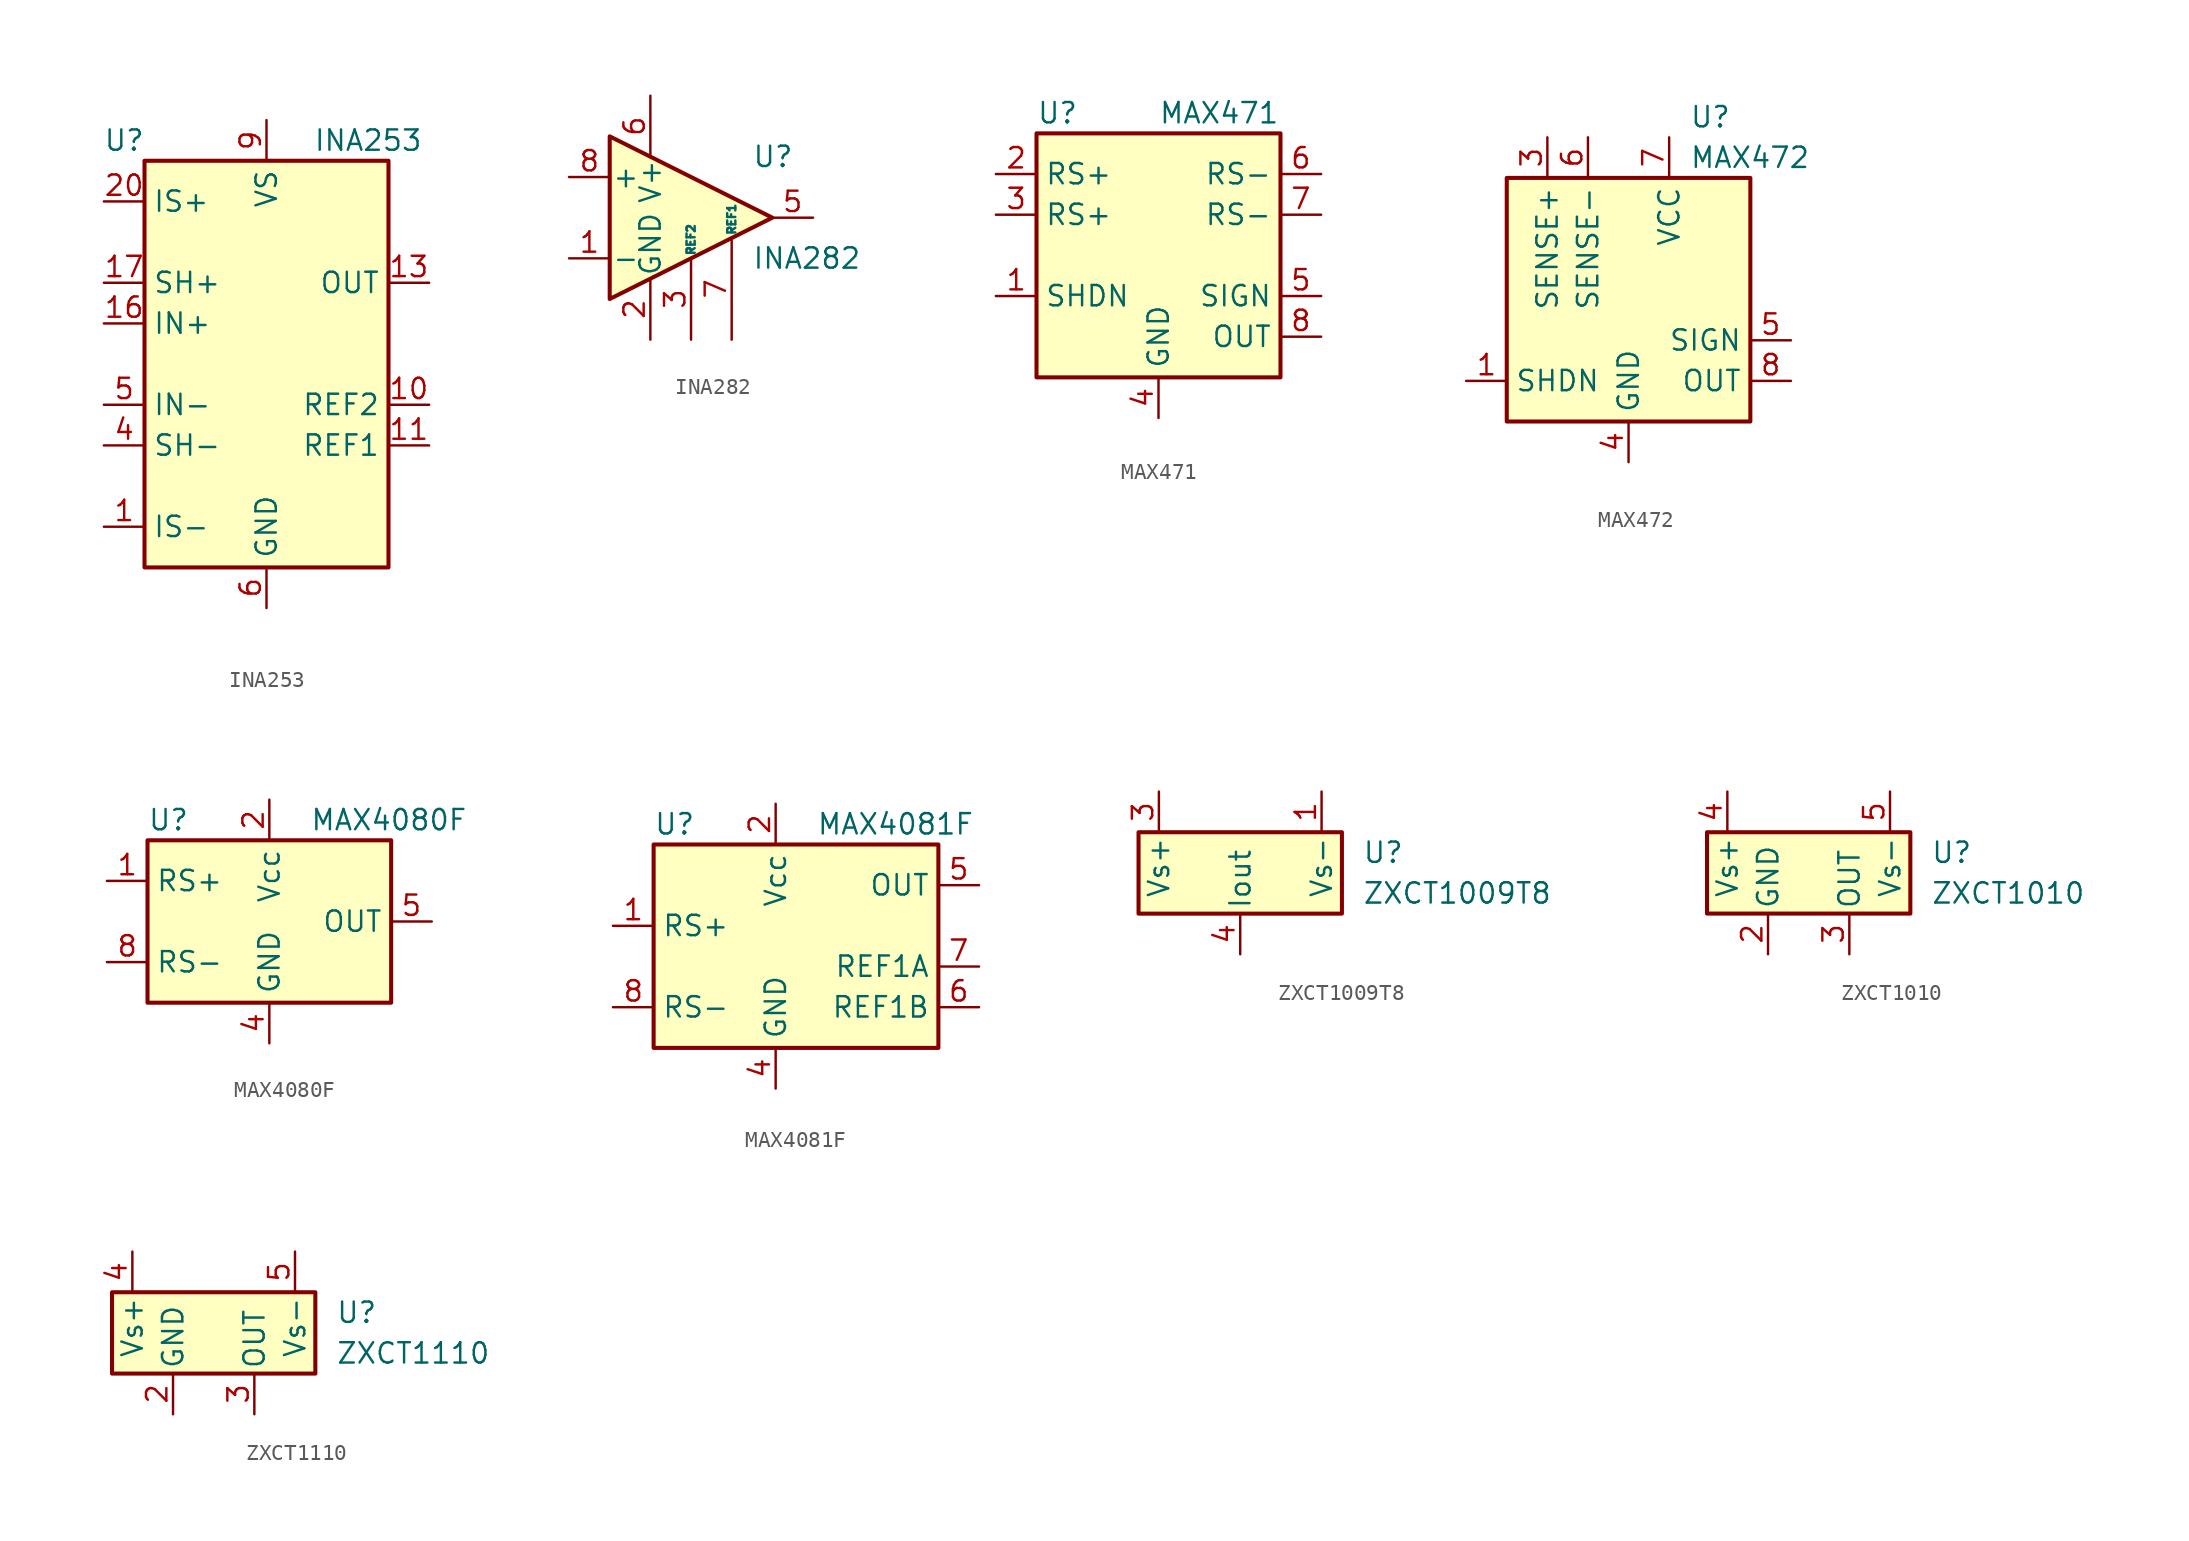
<source format=kicad_sym>
(kicad_symbol_lib
  (version 20200908)
  (generator kicad_symbol_editor)
  (symbol "Amplifier_Current:INA253"
    (property "Reference" "U"
      (at -8.89 13.97 0)
      (effects (font (size 1.27 1.27))))
    (property "Value" "INA253"
      (at 6.35 13.97 0)
      (effects (font (size 1.27 1.27))))
    (symbol "INA253_0_1"
      (rectangle (start -7.62 12.7) (end 7.62 -12.7) (stroke (width 0.254)) (fill (type background))))
    (symbol "INA253_1_1"
      (pin passive line (at -10.16 -10.16 0) (length 2.54) (name "IS-" (effects (font (size 1.27 1.27)))) (number "1" (effects (font (size 1.27 1.27)))))
      (pin passive line (at 10.16 -2.54 180) (length 2.54) (name "REF2" (effects (font (size 1.27 1.27)))) (number "10" (effects (font (size 1.27 1.27)))))
      (pin passive line (at 10.16 -5.08 180) (length 2.54) (name "REF1" (effects (font (size 1.27 1.27)))) (number "11" (effects (font (size 1.27 1.27)))))
      (pin unconnected line (at 7.62 0 180) (length 2.54) hide (name "NC" (effects (font (size 1.27 1.27)))) (number "12" (effects (font (size 1.27 1.27)))))
      (pin output line (at 10.16 5.08 180) (length 2.54) (name "OUT" (effects (font (size 1.27 1.27)))) (number "13" (effects (font (size 1.27 1.27)))))
      (pin unconnected line (at 7.62 10.16 180) (length 2.54) hide (name "DNC2" (effects (font (size 1.27 1.27)))) (number "14" (effects (font (size 1.27 1.27)))))
      (pin passive line (at 0 -15.24 90) (length 2.54) hide (name "GND" (effects (font (size 1.27 1.27)))) (number "15" (effects (font (size 1.27 1.27)))))
      (pin passive line (at -10.16 2.54 0) (length 2.54) (name "IN+" (effects (font (size 1.27 1.27)))) (number "16" (effects (font (size 1.27 1.27)))))
      (pin passive line (at -10.16 5.08 0) (length 2.54) (name "SH+" (effects (font (size 1.27 1.27)))) (number "17" (effects (font (size 1.27 1.27)))))
      (pin passive line (at -10.16 10.16 0) (length 2.54) hide (name "IS+" (effects (font (size 1.27 1.27)))) (number "18" (effects (font (size 1.27 1.27)))))
      (pin passive line (at -10.16 10.16 0) (length 2.54) hide (name "IS+" (effects (font (size 1.27 1.27)))) (number "19" (effects (font (size 1.27 1.27)))))
      (pin passive line (at -10.16 -10.16 0) (length 2.54) hide (name "IS-" (effects (font (size 1.27 1.27)))) (number "2" (effects (font (size 1.27 1.27)))))
      (pin passive line (at -10.16 10.16 0) (length 2.54) (name "IS+" (effects (font (size 1.27 1.27)))) (number "20" (effects (font (size 1.27 1.27)))))
      (pin passive line (at -10.16 -10.16 0) (length 2.54) hide (name "IS-" (effects (font (size 1.27 1.27)))) (number "3" (effects (font (size 1.27 1.27)))))
      (pin passive line (at -10.16 -5.08 0) (length 2.54) (name "SH-" (effects (font (size 1.27 1.27)))) (number "4" (effects (font (size 1.27 1.27)))))
      (pin passive line (at -10.16 -2.54 0) (length 2.54) (name "IN-" (effects (font (size 1.27 1.27)))) (number "5" (effects (font (size 1.27 1.27)))))
      (pin power_in line (at 0 -15.24 90) (length 2.54) (name "GND" (effects (font (size 1.27 1.27)))) (number "6" (effects (font (size 1.27 1.27)))))
      (pin unconnected line (at 7.62 7.62 180) (length 2.54) hide (name "DNC1" (effects (font (size 1.27 1.27)))) (number "7" (effects (font (size 1.27 1.27)))))
      (pin unconnected line (at 7.62 2.54 180) (length 2.54) hide (name "NC" (effects (font (size 1.27 1.27)))) (number "8" (effects (font (size 1.27 1.27)))))
      (pin power_in line (at 0 15.24 270) (length 2.54) (name "VS" (effects (font (size 1.27 1.27)))) (number "9" (effects (font (size 1.27 1.27)))))))
  (symbol "Amplifier_Current:INA282"
    (pin_names
      (offset 0.127))
    (property "Reference" "U"
      (at 3.81 3.81 0)
      (effects (font (size 1.27 1.27)) (justify left)))
    (property "Value" "INA282"
      (at 3.81 -2.54 0)
      (effects (font (size 1.27 1.27)) (justify left)))
    (symbol "INA282_0_1"
      (polyline (pts (xy 5.08 0) (xy -5.08 5.08) (xy -5.08 -5.08) (xy 5.08 0)) (stroke (width 0.254)) (fill (type background))))
    (symbol "INA282_1_1"
      (pin input line (at -7.62 -2.54 0) (length 2.54) (name "-" (effects (font (size 1.27 1.27)))) (number "1" (effects (font (size 1.27 1.27)))))
      (pin power_in line (at -2.54 -7.62 90) (length 3.81) (name "GND" (effects (font (size 1.27 1.27)))) (number "2" (effects (font (size 1.27 1.27)))))
      (pin input line (at 0 -7.62 90) (length 5.08) (name "REF2" (effects (font (size 0.508 0.508)))) (number "3" (effects (font (size 1.27 1.27)))))
      (pin unconnected line (at -5.08 0 0) (length 2.54) hide (name "NC" (effects (font (size 1.27 1.27)))) (number "4" (effects (font (size 1.27 1.27)))))
      (pin input line (at 7.62 0 180) (length 2.54) (name "~" (effects (font (size 1.27 1.27)))) (number "5" (effects (font (size 1.27 1.27)))))
      (pin input line (at -2.54 7.62 270) (length 3.81) (name "V+" (effects (font (size 1.27 1.27)))) (number "6" (effects (font (size 1.27 1.27)))))
      (pin input line (at 2.54 -7.62 90) (length 6.35) (name "REF1" (effects (font (size 0.508 0.508)))) (number "7" (effects (font (size 1.27 1.27)))))
      (pin input line (at -7.62 2.54 0) (length 2.54) (name "+" (effects (font (size 1.27 1.27)))) (number "8" (effects (font (size 1.27 1.27)))))))
  (symbol "Amplifier_Current:MAX471"
    (property "Reference" "U"
      (at -7.62 8.89 0)
      (effects (font (size 1.27 1.27)) (justify left)))
    (property "Value" "MAX471"
      (at 0 8.89 0)
      (effects (font (size 1.27 1.27)) (justify left)))
    (symbol "MAX471_0_1"
      (rectangle (start -7.62 7.62) (end 7.62 -7.62) (stroke (width 0.254)) (fill (type background))))
    (symbol "MAX471_1_1"
      (pin input line (at -10.16 -2.54 0) (length 2.54) (name "SHDN" (effects (font (size 1.27 1.27)))) (number "1" (effects (font (size 1.27 1.27)))))
      (pin input line (at -10.16 5.08 0) (length 2.54) (name "RS+" (effects (font (size 1.27 1.27)))) (number "2" (effects (font (size 1.27 1.27)))))
      (pin input line (at -10.16 2.54 0) (length 2.54) (name "RS+" (effects (font (size 1.27 1.27)))) (number "3" (effects (font (size 1.27 1.27)))))
      (pin power_in line (at 0 -10.16 90) (length 2.54) (name "GND" (effects (font (size 1.27 1.27)))) (number "4" (effects (font (size 1.27 1.27)))))
      (pin open_collector line (at 10.16 -2.54 180) (length 2.54) (name "SIGN" (effects (font (size 1.27 1.27)))) (number "5" (effects (font (size 1.27 1.27)))))
      (pin input line (at 10.16 5.08 180) (length 2.54) (name "RS-" (effects (font (size 1.27 1.27)))) (number "6" (effects (font (size 1.27 1.27)))))
      (pin input line (at 10.16 2.54 180) (length 2.54) (name "RS-" (effects (font (size 1.27 1.27)))) (number "7" (effects (font (size 1.27 1.27)))))
      (pin output line (at 10.16 -5.08 180) (length 2.54) (name "OUT" (effects (font (size 1.27 1.27)))) (number "8" (effects (font (size 1.27 1.27)))))))
  (symbol "Amplifier_Current:MAX472"
    (property "Reference" "U"
      (at 3.81 11.43 0)
      (effects (font (size 1.27 1.27)) (justify left)))
    (property "Value" "MAX472"
      (at 3.81 8.89 0)
      (effects (font (size 1.27 1.27)) (justify left)))
    (symbol "MAX472_0_1"
      (rectangle (start -7.62 7.62) (end 7.62 -7.62) (stroke (width 0.254)) (fill (type background))))
    (symbol "MAX472_1_1"
      (pin input line (at -10.16 -5.08 0) (length 2.54) (name "SHDN" (effects (font (size 1.27 1.27)))) (number "1" (effects (font (size 1.27 1.27)))))
      (pin unconnected line (at 10.16 2.54 180) (length 2.54) hide (name "NC" (effects (font (size 1.27 1.27)))) (number "2" (effects (font (size 1.27 1.27)))))
      (pin input line (at -5.08 10.16 270) (length 2.54) (name "SENSE+" (effects (font (size 1.27 1.27)))) (number "3" (effects (font (size 1.27 1.27)))))
      (pin power_in line (at 0 -10.16 90) (length 2.54) (name "GND" (effects (font (size 1.27 1.27)))) (number "4" (effects (font (size 1.27 1.27)))))
      (pin open_collector line (at 10.16 -2.54 180) (length 2.54) (name "SIGN" (effects (font (size 1.27 1.27)))) (number "5" (effects (font (size 1.27 1.27)))))
      (pin input line (at -2.54 10.16 270) (length 2.54) (name "SENSE-" (effects (font (size 1.27 1.27)))) (number "6" (effects (font (size 1.27 1.27)))))
      (pin power_in line (at 2.54 10.16 270) (length 2.54) (name "VCC" (effects (font (size 1.27 1.27)))) (number "7" (effects (font (size 1.27 1.27)))))
      (pin output line (at 10.16 -5.08 180) (length 2.54) (name "OUT" (effects (font (size 1.27 1.27)))) (number "8" (effects (font (size 1.27 1.27)))))))
  (symbol "Amplifier_Current:MAX4080F"
    (property "Reference" "U"
      (at -7.62 6.35 0)
      (effects (font (size 1.27 1.27)) (justify left)))
    (property "Value" "MAX4080F"
      (at 2.54 6.35 0)
      (effects (font (size 1.27 1.27)) (justify left)))
    (symbol "MAX4080F_0_1"
      (rectangle (start -7.62 5.08) (end 7.62 -5.08) (stroke (width 0.254)) (fill (type background))))
    (symbol "MAX4080F_1_1"
      (pin input line (at -10.16 2.54 0) (length 2.54) (name "RS+" (effects (font (size 1.27 1.27)))) (number "1" (effects (font (size 1.27 1.27)))))
      (pin power_in line (at 0 7.62 270) (length 2.54) (name "Vcc" (effects (font (size 1.27 1.27)))) (number "2" (effects (font (size 1.27 1.27)))))
      (pin unconnected line (at 2.54 -5.08 90) (length 2.54) hide (name "NC" (effects (font (size 1.27 1.27)))) (number "3" (effects (font (size 1.27 1.27)))))
      (pin power_in line (at 0 -7.62 90) (length 2.54) (name "GND" (effects (font (size 1.27 1.27)))) (number "4" (effects (font (size 1.27 1.27)))))
      (pin output line (at 10.16 0 180) (length 2.54) (name "OUT" (effects (font (size 1.27 1.27)))) (number "5" (effects (font (size 1.27 1.27)))))
      (pin unconnected line (at 5.08 -5.08 90) (length 2.54) hide (name "NC" (effects (font (size 1.27 1.27)))) (number "6" (effects (font (size 1.27 1.27)))))
      (pin unconnected line (at 7.62 -5.08 90) (length 2.54) hide (name "NC" (effects (font (size 1.27 1.27)))) (number "7" (effects (font (size 1.27 1.27)))))
      (pin input line (at -10.16 -2.54 0) (length 2.54) (name "RS-" (effects (font (size 1.27 1.27)))) (number "8" (effects (font (size 1.27 1.27)))))))
  (symbol "Amplifier_Current:MAX4081F"
    (property "Reference" "U"
      (at -7.62 8.89 0)
      (effects (font (size 1.27 1.27)) (justify left)))
    (property "Value" "MAX4081F"
      (at 2.54 8.89 0)
      (effects (font (size 1.27 1.27)) (justify left)))
    (symbol "MAX4081F_0_1"
      (rectangle (start -7.62 7.62) (end 10.16 -5.08) (stroke (width 0.254)) (fill (type background))))
    (symbol "MAX4081F_1_1"
      (pin input line (at -10.16 2.54 0) (length 2.54) (name "RS+" (effects (font (size 1.27 1.27)))) (number "1" (effects (font (size 1.27 1.27)))))
      (pin power_in line (at 0 10.16 270) (length 2.54) (name "Vcc" (effects (font (size 1.27 1.27)))) (number "2" (effects (font (size 1.27 1.27)))))
      (pin unconnected line (at 12.7 2.54 180) (length 2.54) hide (name "NC" (effects (font (size 1.27 1.27)))) (number "3" (effects (font (size 1.27 1.27)))))
      (pin power_in line (at 0 -7.62 90) (length 2.54) (name "GND" (effects (font (size 1.27 1.27)))) (number "4" (effects (font (size 1.27 1.27)))))
      (pin input line (at 12.7 5.08 180) (length 2.54) (name "OUT" (effects (font (size 1.27 1.27)))) (number "5" (effects (font (size 1.27 1.27)))))
      (pin input line (at 12.7 -2.54 180) (length 2.54) (name "REF1B" (effects (font (size 1.27 1.27)))) (number "6" (effects (font (size 1.27 1.27)))))
      (pin input line (at 12.7 0 180) (length 2.54) (name "REF1A" (effects (font (size 1.27 1.27)))) (number "7" (effects (font (size 1.27 1.27)))))
      (pin input line (at -10.16 -2.54 0) (length 2.54) (name "RS-" (effects (font (size 1.27 1.27)))) (number "8" (effects (font (size 1.27 1.27)))))))
  (symbol "Amplifier_Current:ZXCT1009T8"
    (pin_names
      (offset 0.254))
    (property "Reference" "U"
      (at 7.62 1.27 0)
      (effects (font (size 1.27 1.27)) (justify left)))
    (property "Value" "ZXCT1009T8"
      (at 7.62 -1.27 0)
      (effects (font (size 1.27 1.27)) (justify left)))
    (symbol "ZXCT1009T8_0_1"
      (rectangle (start -6.35 2.54) (end 6.35 -2.54) (stroke (width 0.254)) (fill (type background))))
    (symbol "ZXCT1009T8_1_1"
      (pin input line (at 5.08 5.08 270) (length 2.54) (name "Vs-" (effects (font (size 1.27 1.27)))) (number "1" (effects (font (size 1.27 1.27)))))
      (pin unconnected line (at -2.54 2.54 270) (length 2.54) hide (name "NC" (effects (font (size 1.27 1.27)))) (number "2" (effects (font (size 1.27 1.27)))))
      (pin input line (at -5.08 5.08 270) (length 2.54) (name "Vs+" (effects (font (size 1.27 1.27)))) (number "3" (effects (font (size 1.27 1.27)))))
      (pin output line (at 0 -5.08 90) (length 2.54) (name "Iout" (effects (font (size 1.27 1.27)))) (number "4" (effects (font (size 1.27 1.27)))))
      (pin unconnected line (at 0 2.54 270) (length 2.54) hide (name "NC" (effects (font (size 1.27 1.27)))) (number "5" (effects (font (size 1.27 1.27)))))
      (pin unconnected line (at 2.54 2.54 270) (length 2.54) hide (name "NC" (effects (font (size 1.27 1.27)))) (number "6" (effects (font (size 1.27 1.27)))))
      (pin unconnected line (at -2.54 -2.54 90) (length 2.54) hide (name "NC" (effects (font (size 1.27 1.27)))) (number "7" (effects (font (size 1.27 1.27)))))
      (pin unconnected line (at 2.54 -2.54 90) (length 2.54) hide (name "NC" (effects (font (size 1.27 1.27)))) (number "8" (effects (font (size 1.27 1.27)))))))
  (symbol "Amplifier_Current:ZXCT1010"
    (pin_names
      (offset 0.254))
    (property "Reference" "U"
      (at 7.62 1.27 0)
      (effects (font (size 1.27 1.27)) (justify left)))
    (property "Value" "ZXCT1010"
      (at 7.62 -1.27 0)
      (effects (font (size 1.27 1.27)) (justify left)))
    (symbol "ZXCT1010_0_1"
      (rectangle (start -6.35 2.54) (end 6.35 -2.54) (stroke (width 0.254)) (fill (type background))))
    (symbol "ZXCT1010_1_1"
      (pin unconnected line (at 0 2.54 270) (length 2.54) hide (name "NC" (effects (font (size 1.27 1.27)))) (number "1" (effects (font (size 1.27 1.27)))))
      (pin power_in line (at -2.54 -5.08 90) (length 2.54) (name "GND" (effects (font (size 1.27 1.27)))) (number "2" (effects (font (size 1.27 1.27)))))
      (pin output line (at 2.54 -5.08 90) (length 2.54) (name "OUT" (effects (font (size 1.27 1.27)))) (number "3" (effects (font (size 1.27 1.27)))))
      (pin input line (at -5.08 5.08 270) (length 2.54) (name "Vs+" (effects (font (size 1.27 1.27)))) (number "4" (effects (font (size 1.27 1.27)))))
      (pin input line (at 5.08 5.08 270) (length 2.54) (name "Vs-" (effects (font (size 1.27 1.27)))) (number "5" (effects (font (size 1.27 1.27)))))))
  (symbol "Amplifier_Current:ZXCT1110"
    (pin_names
      (offset 0.254))
    (property "Reference" "U"
      (at 7.62 1.27 0)
      (effects (font (size 1.27 1.27)) (justify left)))
    (property "Value" "ZXCT1110"
      (at 7.62 -1.27 0)
      (effects (font (size 1.27 1.27)) (justify left)))
    (symbol "ZXCT1110_0_1"
      (rectangle (start -6.35 2.54) (end 6.35 -2.54) (stroke (width 0.254)) (fill (type background))))
    (symbol "ZXCT1110_1_1"
      (pin unconnected line (at 0 2.54 270) (length 2.54) hide (name "NC" (effects (font (size 1.27 1.27)))) (number "1" (effects (font (size 1.27 1.27)))))
      (pin power_in line (at -2.54 -5.08 90) (length 2.54) (name "GND" (effects (font (size 1.27 1.27)))) (number "2" (effects (font (size 1.27 1.27)))))
      (pin output line (at 2.54 -5.08 90) (length 2.54) (name "OUT" (effects (font (size 1.27 1.27)))) (number "3" (effects (font (size 1.27 1.27)))))
      (pin input line (at -5.08 5.08 270) (length 2.54) (name "Vs+" (effects (font (size 1.27 1.27)))) (number "4" (effects (font (size 1.27 1.27)))))
      (pin input line (at 5.08 5.08 270) (length 2.54) (name "Vs-" (effects (font (size 1.27 1.27)))) (number "5" (effects (font (size 1.27 1.27))))))))
</source>
